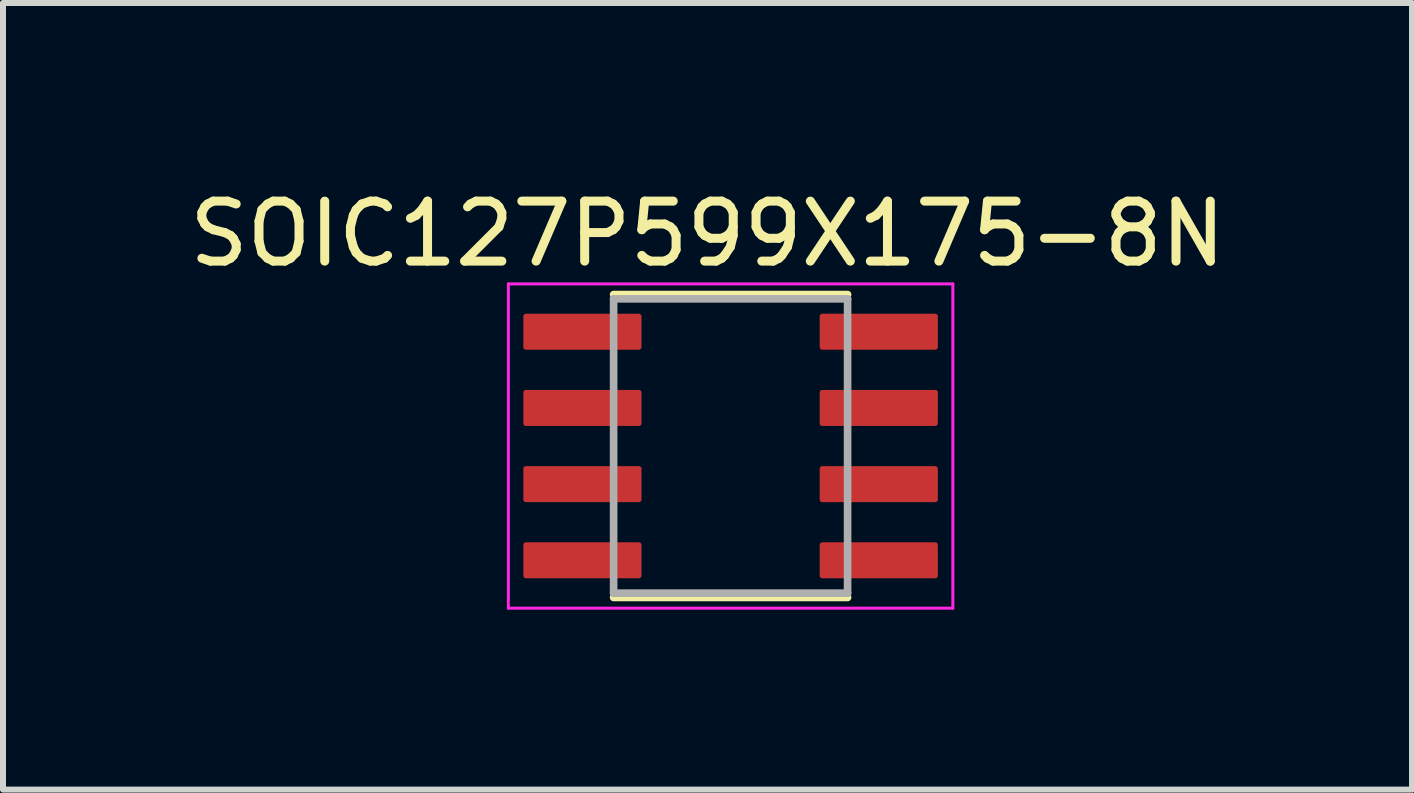
<source format=kicad_pcb>
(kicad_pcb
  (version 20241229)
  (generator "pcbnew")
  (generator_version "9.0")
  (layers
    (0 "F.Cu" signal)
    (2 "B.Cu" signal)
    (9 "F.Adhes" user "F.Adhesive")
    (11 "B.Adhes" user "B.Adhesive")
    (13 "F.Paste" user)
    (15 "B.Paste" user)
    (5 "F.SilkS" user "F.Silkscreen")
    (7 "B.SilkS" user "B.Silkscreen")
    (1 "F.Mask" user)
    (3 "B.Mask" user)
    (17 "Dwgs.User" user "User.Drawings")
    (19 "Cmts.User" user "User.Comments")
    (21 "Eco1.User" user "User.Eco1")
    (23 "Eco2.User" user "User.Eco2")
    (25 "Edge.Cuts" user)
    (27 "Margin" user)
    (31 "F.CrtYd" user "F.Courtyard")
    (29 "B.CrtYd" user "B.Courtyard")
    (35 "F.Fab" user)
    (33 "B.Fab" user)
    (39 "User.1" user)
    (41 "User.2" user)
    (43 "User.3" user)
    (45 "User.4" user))
  (footprint "SOIC127P599X175-8N"
    (layer "F.Cu")
    (at 9.129 4.385)
    (property "Reference" "SOIC127P599X175-8N" (at -0.385 -3.537 0) (layer "F.SilkS") (effects (font (size 1 1) (thickness 0.15))))
    (attr smd)
    (fp_line (start -1.95 -2.525) (end 1.95 -2.525) (stroke (width 0.127) (type solid)) (layer "F.SilkS"))
    (fp_line (start -1.95 2.525) (end 1.95 2.525) (stroke (width 0.127) (type solid)) (layer "F.SilkS"))
    (fp_line (start -3.705 -2.703) (end -3.705 2.703) (stroke (width 0.05) (type solid)) (layer "F.CrtYd"))
    (fp_line (start -3.705 -2.703) (end 3.705 -2.703) (stroke (width 0.05) (type solid)) (layer "F.CrtYd"))
    (fp_line (start -3.705 2.703) (end 3.705 2.703) (stroke (width 0.05) (type solid)) (layer "F.CrtYd"))
    (fp_line (start 3.705 -2.703) (end 3.705 2.703) (stroke (width 0.05) (type solid)) (layer "F.CrtYd"))
    (fp_line (start -1.95 -2.453) (end -1.95 2.453) (stroke (width 0.127) (type solid)) (layer "F.Fab"))
    (fp_line (start -1.95 -2.453) (end 1.95 -2.453) (stroke (width 0.127) (type solid)) (layer "F.Fab"))
    (fp_line (start -1.95 2.453) (end 1.95 2.453) (stroke (width 0.127) (type solid)) (layer "F.Fab"))
    (fp_line (start 1.95 -2.453) (end 1.95 2.453) (stroke (width 0.127) (type solid)) (layer "F.Fab"))
    (pad "1" smd roundrect (at -2.47 -1.905) (size 1.97 0.6) (layers "F.Cu" "F.Mask" "F.Paste") (roundrect_rratio 0.07))
    (pad "2" smd roundrect (at -2.47 -0.635) (size 1.97 0.6) (layers "F.Cu" "F.Mask" "F.Paste") (roundrect_rratio 0.07))
    (pad "3" smd roundrect (at -2.47 0.635) (size 1.97 0.6) (layers "F.Cu" "F.Mask" "F.Paste") (roundrect_rratio 0.07))
    (pad "4" smd roundrect (at -2.47 1.905) (size 1.97 0.6) (layers "F.Cu" "F.Mask" "F.Paste") (roundrect_rratio 0.07))
    (pad "5" smd roundrect (at 2.47 1.905) (size 1.97 0.6) (layers "F.Cu" "F.Mask" "F.Paste") (roundrect_rratio 0.07))
    (pad "6" smd roundrect (at 2.47 0.635) (size 1.97 0.6) (layers "F.Cu" "F.Mask" "F.Paste") (roundrect_rratio 0.07))
    (pad "7" smd roundrect (at 2.47 -0.635) (size 1.97 0.6) (layers "F.Cu" "F.Mask" "F.Paste") (roundrect_rratio 0.07))
    (pad "8" smd roundrect (at 2.47 -1.905) (size 1.97 0.6) (layers "F.Cu" "F.Mask" "F.Paste") (roundrect_rratio 0.07)))
  (gr_rect
    (start -3 -3)
    (end 20.488 10.113)
    (stroke (width 0.1) (type default))
    (fill no)
    (layer "Edge.Cuts")))
</source>
